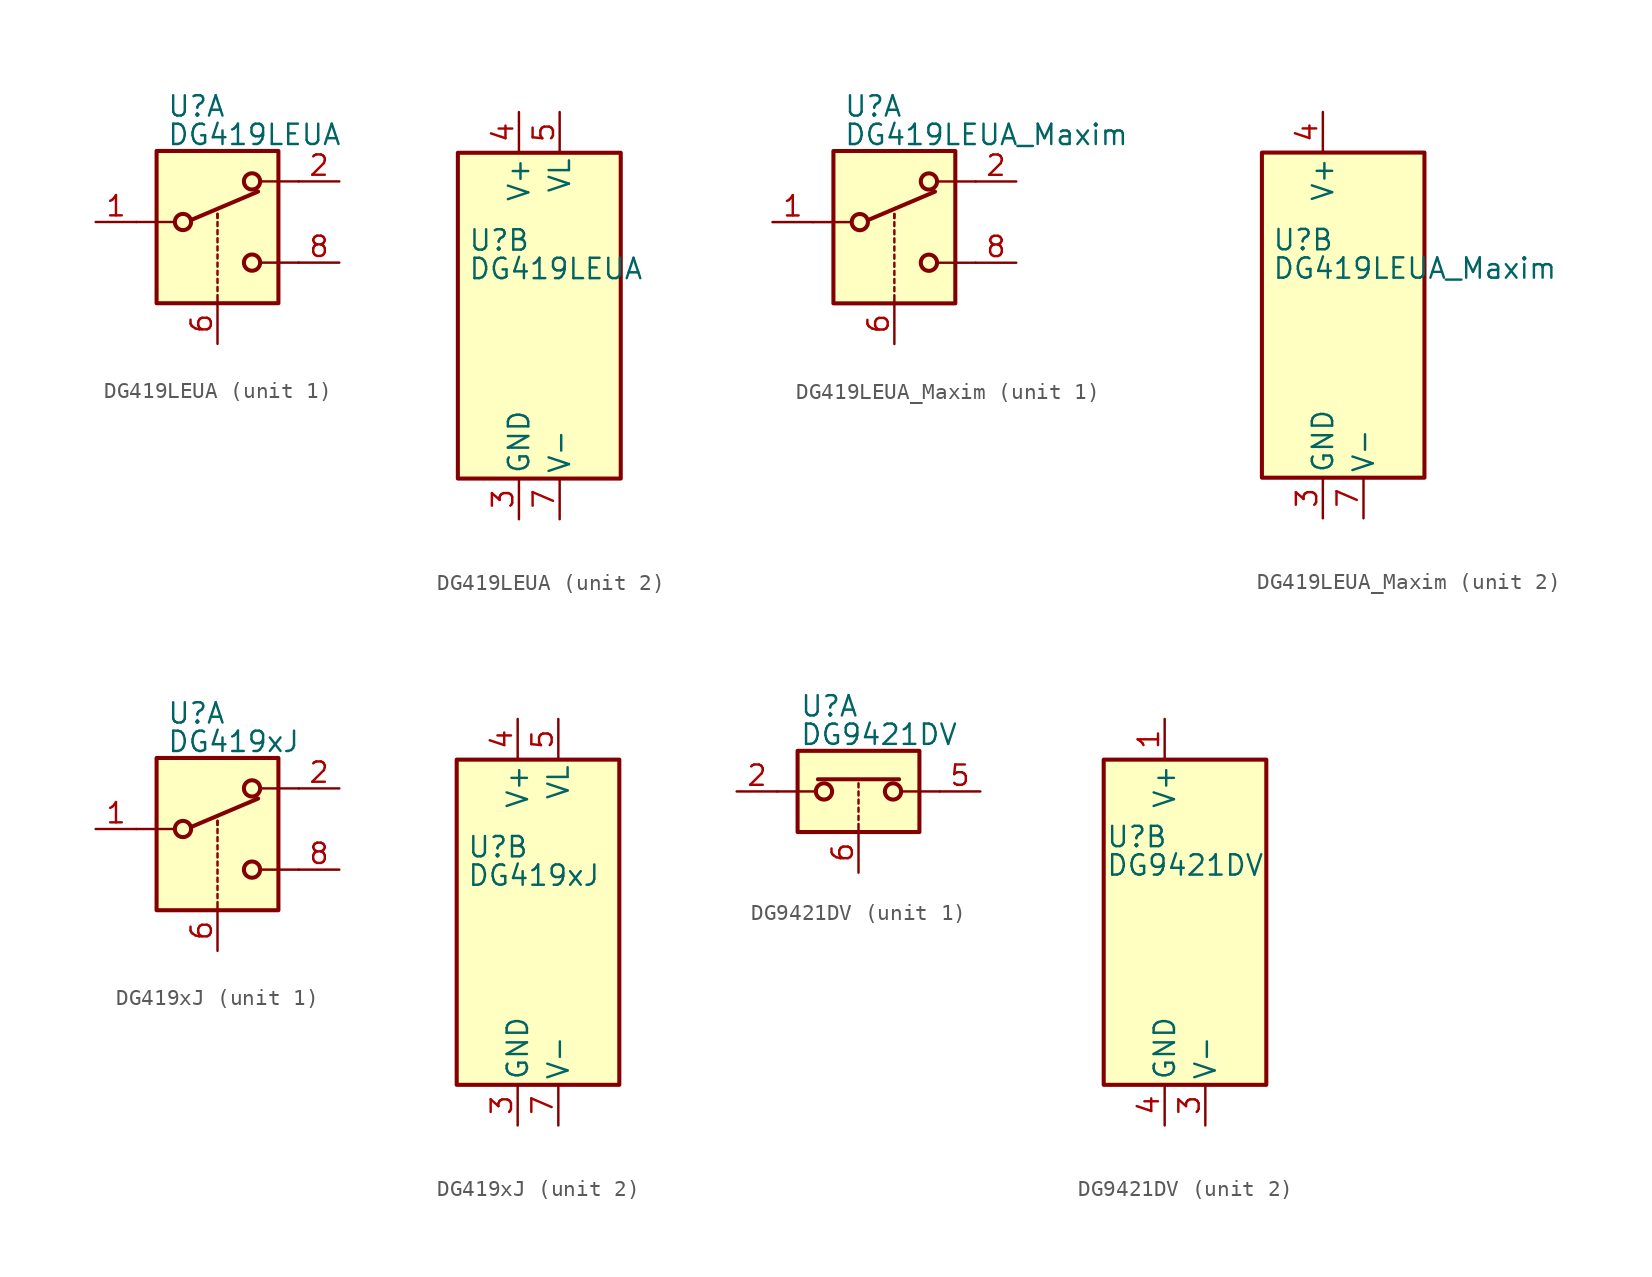
<source format=kicad_sym>
(kicad_symbol_lib
  (version 20201005)
  (generator kicad_symbol_editor)
  (symbol "DG419LEUA"
    (pin_names
      (offset 0.254))
    (property "Reference" "U"
      (at -3.175 4.699 0)
      (effects (font (size 1.27 1.27)) (justify left)))
    (property "Value" "DG419LEUA"
      (at -3.175 2.921 0)
      (effects (font (size 1.27 1.27)) (justify left)))
    (symbol "DG419LEUA_1_1"
      (circle (center -2.159 -2.54) (radius 0.508) (stroke (width 0.254)) (fill (type none)))
      (circle (center 2.159 -5.08) (radius 0.508) (stroke (width 0.254)) (fill (type none)))
      (circle (center 2.159 0) (radius 0.508) (stroke (width 0.254)) (fill (type none)))
      (rectangle (start -3.81 1.905) (end 3.81 -7.62) (stroke (width 0.254)) (fill (type background)))
      (polyline (pts (xy -5.08 -2.54) (xy -2.794 -2.54)) (stroke (width 0)) (fill (type none)))
      (polyline (pts (xy -1.651 -2.413) (xy 2.54 -0.635)) (stroke (width 0.254)) (fill (type none)))
      (polyline (pts (xy 0 -7.62) (xy 0 -7.112)) (stroke (width 0)) (fill (type none)))
      (polyline (pts (xy 0 -6.858) (xy 0 -6.604)) (stroke (width 0)) (fill (type none)))
      (polyline (pts (xy 0 -6.35) (xy 0 -6.096)) (stroke (width 0)) (fill (type none)))
      (polyline (pts (xy 0 -5.842) (xy 0 -5.588)) (stroke (width 0)) (fill (type none)))
      (polyline (pts (xy 0 -5.334) (xy 0 -5.08)) (stroke (width 0)) (fill (type none)))
      (polyline (pts (xy 0 -4.826) (xy 0 -4.572)) (stroke (width 0)) (fill (type none)))
      (polyline (pts (xy 0 -4.318) (xy 0 -4.064)) (stroke (width 0)) (fill (type none)))
      (polyline (pts (xy 0 -3.81) (xy 0 -3.556)) (stroke (width 0)) (fill (type none)))
      (polyline (pts (xy 0 -3.302) (xy 0 -3.048)) (stroke (width 0)) (fill (type none)))
      (polyline (pts (xy 0 -2.794) (xy 0 -2.54)) (stroke (width 0)) (fill (type none)))
      (polyline (pts (xy 0 -2.286) (xy 0 -2.032)) (stroke (width 0)) (fill (type none)))
      (polyline (pts (xy 0 -2.286) (xy 0 -2.032)) (stroke (width 0)) (fill (type none)))
      (polyline (pts (xy 5.08 -5.08) (xy 2.794 -5.08)) (stroke (width 0)) (fill (type none)))
      (polyline (pts (xy 5.08 0) (xy 2.794 0)) (stroke (width 0)) (fill (type none)))
      (pin passive line (at -7.62 -2.54 0) (length 2.54) (name "~" (effects (font (size 1.27 1.27)))) (number "1" (effects (font (size 1.27 1.27)))))
      (pin passive line (at 7.62 0 180) (length 2.54) (name "~" (effects (font (size 1.27 1.27)))) (number "2" (effects (font (size 1.27 1.27)))))
      (pin input line (at 0 -10.16 90) (length 2.54) (name "~" (effects (font (size 1.27 1.27)))) (number "6" (effects (font (size 1.27 1.27)))))
      (pin passive line (at 7.62 -5.08 180) (length 2.54) (name "~" (effects (font (size 1.27 1.27)))) (number "8" (effects (font (size 1.27 1.27))))))
    (symbol "DG419LEUA_2_0"
      (pin power_in line (at 0 -12.7 90) (length 2.54) (name "GND" (effects (font (size 1.27 1.27)))) (number "3" (effects (font (size 1.27 1.27)))))
      (pin power_in line (at 0 12.7 270) (length 2.54) (name "V+" (effects (font (size 1.27 1.27)))) (number "4" (effects (font (size 1.27 1.27)))))
      (pin power_in line (at 2.54 12.7 270) (length 2.54) (name "VL" (effects (font (size 1.27 1.27)))) (number "5" (effects (font (size 1.27 1.27)))))
      (pin power_in line (at 2.54 -12.7 90) (length 2.54) (name "V-" (effects (font (size 1.27 1.27)))) (number "7" (effects (font (size 1.27 1.27))))))
    (symbol "DG419LEUA_2_1"
      (rectangle (start -3.81 10.16) (end 6.35 -10.16) (stroke (width 0.254)) (fill (type background)))))
  (symbol "DG419LEUA_Maxim"
    (pin_names
      (offset 0.254))
    (property "Reference" "U"
      (at -3.175 4.699 0)
      (effects (font (size 1.27 1.27)) (justify left)))
    (property "Value" "DG419LEUA_Maxim"
      (at -3.175 2.921 0)
      (effects (font (size 1.27 1.27)) (justify left)))
    (symbol "DG419LEUA_Maxim_1_1"
      (circle (center -2.159 -2.54) (radius 0.508) (stroke (width 0.254)) (fill (type none)))
      (circle (center 2.159 -5.08) (radius 0.508) (stroke (width 0.254)) (fill (type none)))
      (circle (center 2.159 0) (radius 0.508) (stroke (width 0.254)) (fill (type none)))
      (rectangle (start -3.81 1.905) (end 3.81 -7.62) (stroke (width 0.254)) (fill (type background)))
      (polyline (pts (xy -5.08 -2.54) (xy -2.794 -2.54)) (stroke (width 0)) (fill (type none)))
      (polyline (pts (xy -1.651 -2.413) (xy 2.54 -0.635)) (stroke (width 0.254)) (fill (type none)))
      (polyline (pts (xy 0 -7.62) (xy 0 -7.112)) (stroke (width 0)) (fill (type none)))
      (polyline (pts (xy 0 -6.858) (xy 0 -6.604)) (stroke (width 0)) (fill (type none)))
      (polyline (pts (xy 0 -6.35) (xy 0 -6.096)) (stroke (width 0)) (fill (type none)))
      (polyline (pts (xy 0 -5.842) (xy 0 -5.588)) (stroke (width 0)) (fill (type none)))
      (polyline (pts (xy 0 -5.334) (xy 0 -5.08)) (stroke (width 0)) (fill (type none)))
      (polyline (pts (xy 0 -4.826) (xy 0 -4.572)) (stroke (width 0)) (fill (type none)))
      (polyline (pts (xy 0 -4.318) (xy 0 -4.064)) (stroke (width 0)) (fill (type none)))
      (polyline (pts (xy 0 -3.81) (xy 0 -3.556)) (stroke (width 0)) (fill (type none)))
      (polyline (pts (xy 0 -3.302) (xy 0 -3.048)) (stroke (width 0)) (fill (type none)))
      (polyline (pts (xy 0 -2.794) (xy 0 -2.54)) (stroke (width 0)) (fill (type none)))
      (polyline (pts (xy 0 -2.286) (xy 0 -2.032)) (stroke (width 0)) (fill (type none)))
      (polyline (pts (xy 0 -2.286) (xy 0 -2.032)) (stroke (width 0)) (fill (type none)))
      (polyline (pts (xy 5.08 -5.08) (xy 2.794 -5.08)) (stroke (width 0)) (fill (type none)))
      (polyline (pts (xy 5.08 0) (xy 2.794 0)) (stroke (width 0)) (fill (type none)))
      (pin passive line (at -7.62 -2.54 0) (length 2.54) (name "~" (effects (font (size 1.27 1.27)))) (number "1" (effects (font (size 1.27 1.27)))))
      (pin passive line (at 7.62 0 180) (length 2.54) (name "~" (effects (font (size 1.27 1.27)))) (number "2" (effects (font (size 1.27 1.27)))))
      (pin input line (at 0 -10.16 90) (length 2.54) (name "~" (effects (font (size 1.27 1.27)))) (number "6" (effects (font (size 1.27 1.27)))))
      (pin passive line (at 7.62 -5.08 180) (length 2.54) (name "~" (effects (font (size 1.27 1.27)))) (number "8" (effects (font (size 1.27 1.27))))))
    (symbol "DG419LEUA_Maxim_2_0"
      (pin power_in line (at 0 -12.7 90) (length 2.54) (name "GND" (effects (font (size 1.27 1.27)))) (number "3" (effects (font (size 1.27 1.27)))))
      (pin power_in line (at 0 12.7 270) (length 2.54) (name "V+" (effects (font (size 1.27 1.27)))) (number "4" (effects (font (size 1.27 1.27)))))
      (pin no_connect line (at 2.54 10.16 270) (length 2.54) hide (name "NC" (effects (font (size 1.27 1.27)))) (number "5" (effects (font (size 1.27 1.27)))))
      (pin power_in line (at 2.54 -12.7 90) (length 2.54) (name "V-" (effects (font (size 1.27 1.27)))) (number "7" (effects (font (size 1.27 1.27))))))
    (symbol "DG419LEUA_Maxim_2_1"
      (rectangle (start -3.81 10.16) (end 6.35 -10.16) (stroke (width 0.254)) (fill (type background)))))
  (symbol "DG419xJ"
    (pin_names
      (offset 0.254))
    (property "Reference" "U"
      (at -3.175 4.699 0)
      (effects (font (size 1.27 1.27)) (justify left)))
    (property "Value" "DG419xJ"
      (at -3.175 2.921 0)
      (effects (font (size 1.27 1.27)) (justify left)))
    (symbol "DG419xJ_1_1"
      (circle (center -2.159 -2.54) (radius 0.508) (stroke (width 0.254)) (fill (type none)))
      (circle (center 2.159 -5.08) (radius 0.508) (stroke (width 0.254)) (fill (type none)))
      (circle (center 2.159 0) (radius 0.508) (stroke (width 0.254)) (fill (type none)))
      (rectangle (start -3.81 1.905) (end 3.81 -7.62) (stroke (width 0.254)) (fill (type background)))
      (polyline (pts (xy -5.08 -2.54) (xy -2.794 -2.54)) (stroke (width 0)) (fill (type none)))
      (polyline (pts (xy -1.651 -2.413) (xy 2.54 -0.635)) (stroke (width 0.254)) (fill (type none)))
      (polyline (pts (xy 0 -7.62) (xy 0 -7.112)) (stroke (width 0)) (fill (type none)))
      (polyline (pts (xy 0 -6.858) (xy 0 -6.604)) (stroke (width 0)) (fill (type none)))
      (polyline (pts (xy 0 -6.35) (xy 0 -6.096)) (stroke (width 0)) (fill (type none)))
      (polyline (pts (xy 0 -5.842) (xy 0 -5.588)) (stroke (width 0)) (fill (type none)))
      (polyline (pts (xy 0 -5.334) (xy 0 -5.08)) (stroke (width 0)) (fill (type none)))
      (polyline (pts (xy 0 -4.826) (xy 0 -4.572)) (stroke (width 0)) (fill (type none)))
      (polyline (pts (xy 0 -4.318) (xy 0 -4.064)) (stroke (width 0)) (fill (type none)))
      (polyline (pts (xy 0 -3.81) (xy 0 -3.556)) (stroke (width 0)) (fill (type none)))
      (polyline (pts (xy 0 -3.302) (xy 0 -3.048)) (stroke (width 0)) (fill (type none)))
      (polyline (pts (xy 0 -2.794) (xy 0 -2.54)) (stroke (width 0)) (fill (type none)))
      (polyline (pts (xy 0 -2.286) (xy 0 -2.032)) (stroke (width 0)) (fill (type none)))
      (polyline (pts (xy 0 -2.286) (xy 0 -2.032)) (stroke (width 0)) (fill (type none)))
      (polyline (pts (xy 5.08 -5.08) (xy 2.794 -5.08)) (stroke (width 0)) (fill (type none)))
      (polyline (pts (xy 5.08 0) (xy 2.794 0)) (stroke (width 0)) (fill (type none)))
      (pin passive line (at -7.62 -2.54 0) (length 2.54) (name "~" (effects (font (size 1.27 1.27)))) (number "1" (effects (font (size 1.27 1.27)))))
      (pin passive line (at 7.62 0 180) (length 2.54) (name "~" (effects (font (size 1.27 1.27)))) (number "2" (effects (font (size 1.27 1.27)))))
      (pin input line (at 0 -10.16 90) (length 2.54) (name "~" (effects (font (size 1.27 1.27)))) (number "6" (effects (font (size 1.27 1.27)))))
      (pin passive line (at 7.62 -5.08 180) (length 2.54) (name "~" (effects (font (size 1.27 1.27)))) (number "8" (effects (font (size 1.27 1.27))))))
    (symbol "DG419xJ_2_0"
      (pin power_in line (at 0 -12.7 90) (length 2.54) (name "GND" (effects (font (size 1.27 1.27)))) (number "3" (effects (font (size 1.27 1.27)))))
      (pin power_in line (at 0 12.7 270) (length 2.54) (name "V+" (effects (font (size 1.27 1.27)))) (number "4" (effects (font (size 1.27 1.27)))))
      (pin power_in line (at 2.54 12.7 270) (length 2.54) (name "VL" (effects (font (size 1.27 1.27)))) (number "5" (effects (font (size 1.27 1.27)))))
      (pin power_in line (at 2.54 -12.7 90) (length 2.54) (name "V-" (effects (font (size 1.27 1.27)))) (number "7" (effects (font (size 1.27 1.27))))))
    (symbol "DG419xJ_2_1"
      (rectangle (start -3.81 10.16) (end 6.35 -10.16) (stroke (width 0.254)) (fill (type background)))))
  (symbol "DG9421DV"
    (pin_names
      (offset 0.254))
    (property "Reference" "U"
      (at -3.683 5.334 0)
      (effects (font (size 1.27 1.27)) (justify left)))
    (property "Value" "DG9421DV"
      (at -3.683 3.556 0)
      (effects (font (size 1.27 1.27)) (justify left)))
    (symbol "DG9421DV_1_1"
      (circle (center -2.159 0) (radius 0.508) (stroke (width 0.254)) (fill (type none)))
      (circle (center 2.159 0) (radius 0.508) (stroke (width 0.254)) (fill (type none)))
      (rectangle (start -3.81 2.54) (end 3.81 -2.54) (stroke (width 0.254)) (fill (type background)))
      (polyline (pts (xy -5.08 0) (xy -2.794 0)) (stroke (width 0)) (fill (type none)))
      (polyline (pts (xy -2.54 0.762) (xy 2.54 0.762)) (stroke (width 0.254)) (fill (type none)))
      (polyline (pts (xy 0 -2.54) (xy 0 -2.032)) (stroke (width 0)) (fill (type none)))
      (polyline (pts (xy 0 -1.778) (xy 0 -1.524)) (stroke (width 0)) (fill (type none)))
      (polyline (pts (xy 0 -1.27) (xy 0 -1.016)) (stroke (width 0)) (fill (type none)))
      (polyline (pts (xy 0 -0.762) (xy 0 -0.508)) (stroke (width 0)) (fill (type none)))
      (polyline (pts (xy 0 -0.254) (xy 0 0)) (stroke (width 0)) (fill (type none)))
      (polyline (pts (xy 0 0.254) (xy 0 0.508)) (stroke (width 0)) (fill (type none)))
      (polyline (pts (xy 5.08 0) (xy 2.794 0)) (stroke (width 0)) (fill (type none)))
      (pin passive line (at -7.62 0 0) (length 2.54) (name "~" (effects (font (size 1.27 1.27)))) (number "2" (effects (font (size 1.27 1.27)))))
      (pin passive line (at 7.62 0 180) (length 2.54) (name "~" (effects (font (size 1.27 1.27)))) (number "5" (effects (font (size 1.27 1.27)))))
      (pin input line (at 0 -5.08 90) (length 2.54) (name "~" (effects (font (size 1.27 1.27)))) (number "6" (effects (font (size 1.27 1.27))))))
    (symbol "DG9421DV_2_0"
      (pin power_in line (at 0 12.7 270) (length 2.54) (name "V+" (effects (font (size 1.27 1.27)))) (number "1" (effects (font (size 1.27 1.27)))))
      (pin power_in line (at 2.54 -12.7 90) (length 2.54) (name "V-" (effects (font (size 1.27 1.27)))) (number "3" (effects (font (size 1.27 1.27)))))
      (pin power_in line (at 0 -12.7 90) (length 2.54) (name "GND" (effects (font (size 1.27 1.27)))) (number "4" (effects (font (size 1.27 1.27))))))
    (symbol "DG9421DV_2_1"
      (rectangle (start -3.81 10.16) (end 6.35 -10.16) (stroke (width 0.254)) (fill (type background))))))
</source>
